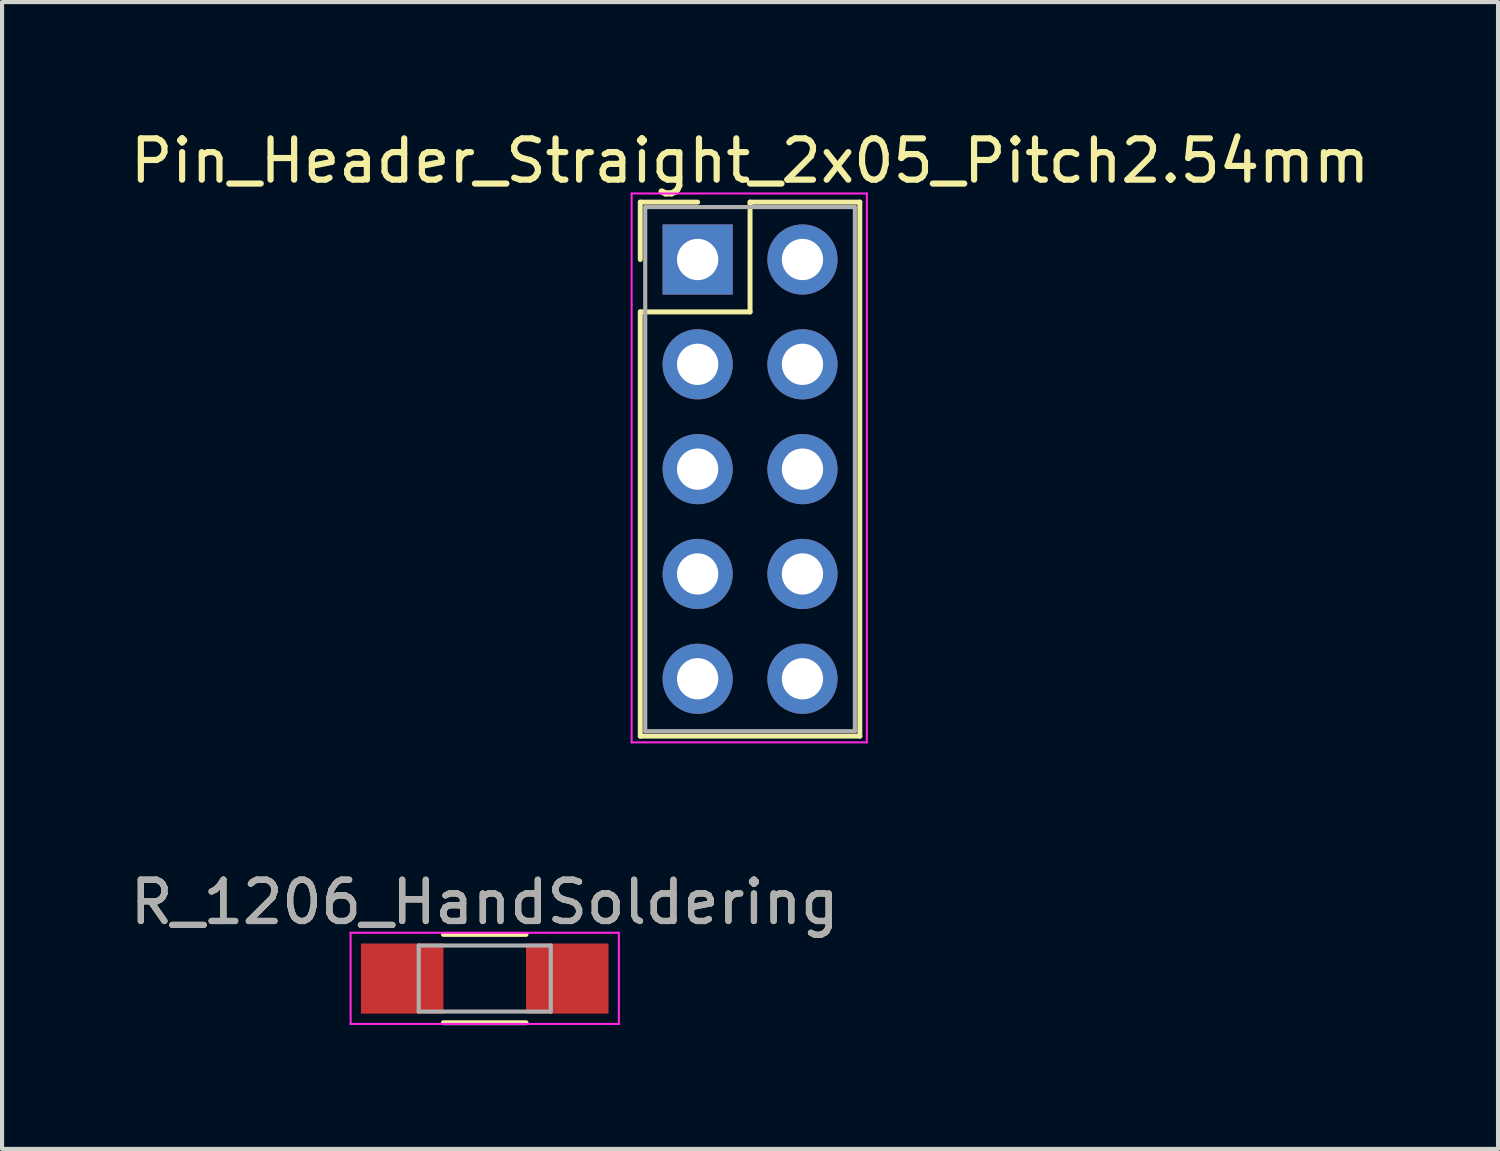
<source format=kicad_pcb>
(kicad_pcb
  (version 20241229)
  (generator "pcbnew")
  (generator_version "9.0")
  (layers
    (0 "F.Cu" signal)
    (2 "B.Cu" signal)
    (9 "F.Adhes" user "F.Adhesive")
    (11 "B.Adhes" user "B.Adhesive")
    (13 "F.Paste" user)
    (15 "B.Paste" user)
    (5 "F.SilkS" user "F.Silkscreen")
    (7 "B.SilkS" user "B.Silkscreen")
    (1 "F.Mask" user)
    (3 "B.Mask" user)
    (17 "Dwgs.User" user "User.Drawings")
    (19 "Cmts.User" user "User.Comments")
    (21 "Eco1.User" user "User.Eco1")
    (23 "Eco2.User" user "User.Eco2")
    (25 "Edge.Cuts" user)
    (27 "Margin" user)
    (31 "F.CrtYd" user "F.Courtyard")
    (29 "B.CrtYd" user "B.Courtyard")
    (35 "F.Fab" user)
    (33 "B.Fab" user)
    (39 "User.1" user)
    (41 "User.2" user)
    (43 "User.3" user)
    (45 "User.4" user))
  (footprint "Pin_Header_Straight_2x05_Pitch2.54mm"
    (layer "F.Cu")
    (at 13.855 3.238)
    (property "Reference" "Pin_Header_Straight_2x05_Pitch2.54mm" (at 1.27 -2.39 0) (layer "F.SilkS") (effects (font (size 1 1) (thickness 0.15))))
    (attr through_hole)
    (fp_line (start -1.39 -1.39) (end 0 -1.39) (stroke (width 0.12) (type solid)) (layer "F.SilkS"))
    (fp_line (start -1.39 0) (end -1.39 -1.39) (stroke (width 0.12) (type solid)) (layer "F.SilkS"))
    (fp_line (start -1.39 1.27) (end -1.39 11.55) (stroke (width 0.12) (type solid)) (layer "F.SilkS"))
    (fp_line (start -1.39 11.55) (end 3.93 11.55) (stroke (width 0.12) (type solid)) (layer "F.SilkS"))
    (fp_line (start 1.27 -1.39) (end 1.27 1.27) (stroke (width 0.12) (type solid)) (layer "F.SilkS"))
    (fp_line (start 1.27 1.27) (end -1.39 1.27) (stroke (width 0.12) (type solid)) (layer "F.SilkS"))
    (fp_line (start 3.93 -1.39) (end 1.27 -1.39) (stroke (width 0.12) (type solid)) (layer "F.SilkS"))
    (fp_line (start 3.93 11.55) (end 3.93 -1.39) (stroke (width 0.12) (type solid)) (layer "F.SilkS"))
    (fp_line (start -1.6 -1.6) (end -1.6 11.7) (stroke (width 0.05) (type solid)) (layer "F.CrtYd"))
    (fp_line (start -1.6 11.7) (end 4.1 11.7) (stroke (width 0.05) (type solid)) (layer "F.CrtYd"))
    (fp_line (start 4.1 -1.6) (end -1.6 -1.6) (stroke (width 0.05) (type solid)) (layer "F.CrtYd"))
    (fp_line (start 4.1 11.7) (end 4.1 -1.6) (stroke (width 0.05) (type solid)) (layer "F.CrtYd"))
    (fp_line (start -1.27 -1.27) (end -1.27 11.43) (stroke (width 0.1) (type solid)) (layer "F.Fab"))
    (fp_line (start -1.27 11.43) (end 3.81 11.43) (stroke (width 0.1) (type solid)) (layer "F.Fab"))
    (fp_line (start 3.81 -1.27) (end -1.27 -1.27) (stroke (width 0.1) (type solid)) (layer "F.Fab"))
    (fp_line (start 3.81 11.43) (end 3.81 -1.27) (stroke (width 0.1) (type solid)) (layer "F.Fab"))
    (pad "1" thru_hole rect (at 0 0) (size 1.7 1.7) (drill 1) (layers "*.Cu" "*.Mask"))
    (pad "2" thru_hole oval (at 2.54 0) (size 1.7 1.7) (drill 1) (layers "*.Cu" "*.Mask"))
    (pad "3" thru_hole oval (at 0 2.54) (size 1.7 1.7) (drill 1) (layers "*.Cu" "*.Mask"))
    (pad "4" thru_hole oval (at 2.54 2.54) (size 1.7 1.7) (drill 1) (layers "*.Cu" "*.Mask"))
    (pad "5" thru_hole oval (at 0 5.08) (size 1.7 1.7) (drill 1) (layers "*.Cu" "*.Mask"))
    (pad "6" thru_hole oval (at 2.54 5.08) (size 1.7 1.7) (drill 1) (layers "*.Cu" "*.Mask"))
    (pad "7" thru_hole oval (at 0 7.62) (size 1.7 1.7) (drill 1) (layers "*.Cu" "*.Mask"))
    (pad "8" thru_hole oval (at 2.54 7.62) (size 1.7 1.7) (drill 1) (layers "*.Cu" "*.Mask"))
    (pad "9" thru_hole oval (at 0 10.16) (size 1.7 1.7) (drill 1) (layers "*.Cu" "*.Mask"))
    (pad "10" thru_hole oval (at 2.54 10.16) (size 1.7 1.7) (drill 1) (layers "*.Cu" "*.Mask")))
  (footprint "R_1206_HandSoldering"
    (layer "F.Cu")
    (at 8.696 20.662)
    (property "Reference" "R_1206_HandSoldering" (at 0 -1.85 0) (layer "F.SilkS") (effects (font (size 1 1) (thickness 0.15))))
    (attr smd)
    (fp_line (start -1 -1.07) (end 1 -1.07) (stroke (width 0.12) (type solid)) (layer "F.SilkS"))
    (fp_line (start 1 1.07) (end -1 1.07) (stroke (width 0.12) (type solid)) (layer "F.SilkS"))
    (fp_line (start -3.25 -1.11) (end -3.25 1.1) (stroke (width 0.05) (type solid)) (layer "F.CrtYd"))
    (fp_line (start -3.25 -1.11) (end 3.25 -1.11) (stroke (width 0.05) (type solid)) (layer "F.CrtYd"))
    (fp_line (start 3.25 1.1) (end -3.25 1.1) (stroke (width 0.05) (type solid)) (layer "F.CrtYd"))
    (fp_line (start 3.25 1.1) (end 3.25 -1.11) (stroke (width 0.05) (type solid)) (layer "F.CrtYd"))
    (fp_line (start -1.6 -0.8) (end 1.6 -0.8) (stroke (width 0.1) (type solid)) (layer "F.Fab"))
    (fp_line (start -1.6 0.8) (end -1.6 -0.8) (stroke (width 0.1) (type solid)) (layer "F.Fab"))
    (fp_line (start 1.6 -0.8) (end 1.6 0.8) (stroke (width 0.1) (type solid)) (layer "F.Fab"))
    (fp_line (start 1.6 0.8) (end -1.6 0.8) (stroke (width 0.1) (type solid)) (layer "F.Fab"))
    (fp_text user "${REFERENCE}" (at 0 -1.85 0) (layer "F.Fab") (effects (font (size 1 1) (thickness 0.15))))
    (pad "1" smd rect (at -2 0) (size 2 1.7) (layers "F.Cu" "F.Mask" "F.Paste"))
    (pad "2" smd rect (at 2 0) (size 2 1.7) (layers "F.Cu" "F.Mask" "F.Paste")))
  (gr_rect
    (start -3 -3)
    (end 33.25 24.791)
    (stroke (width 0.1) (type default))
    (fill no)
    (layer "Edge.Cuts")))
</source>
